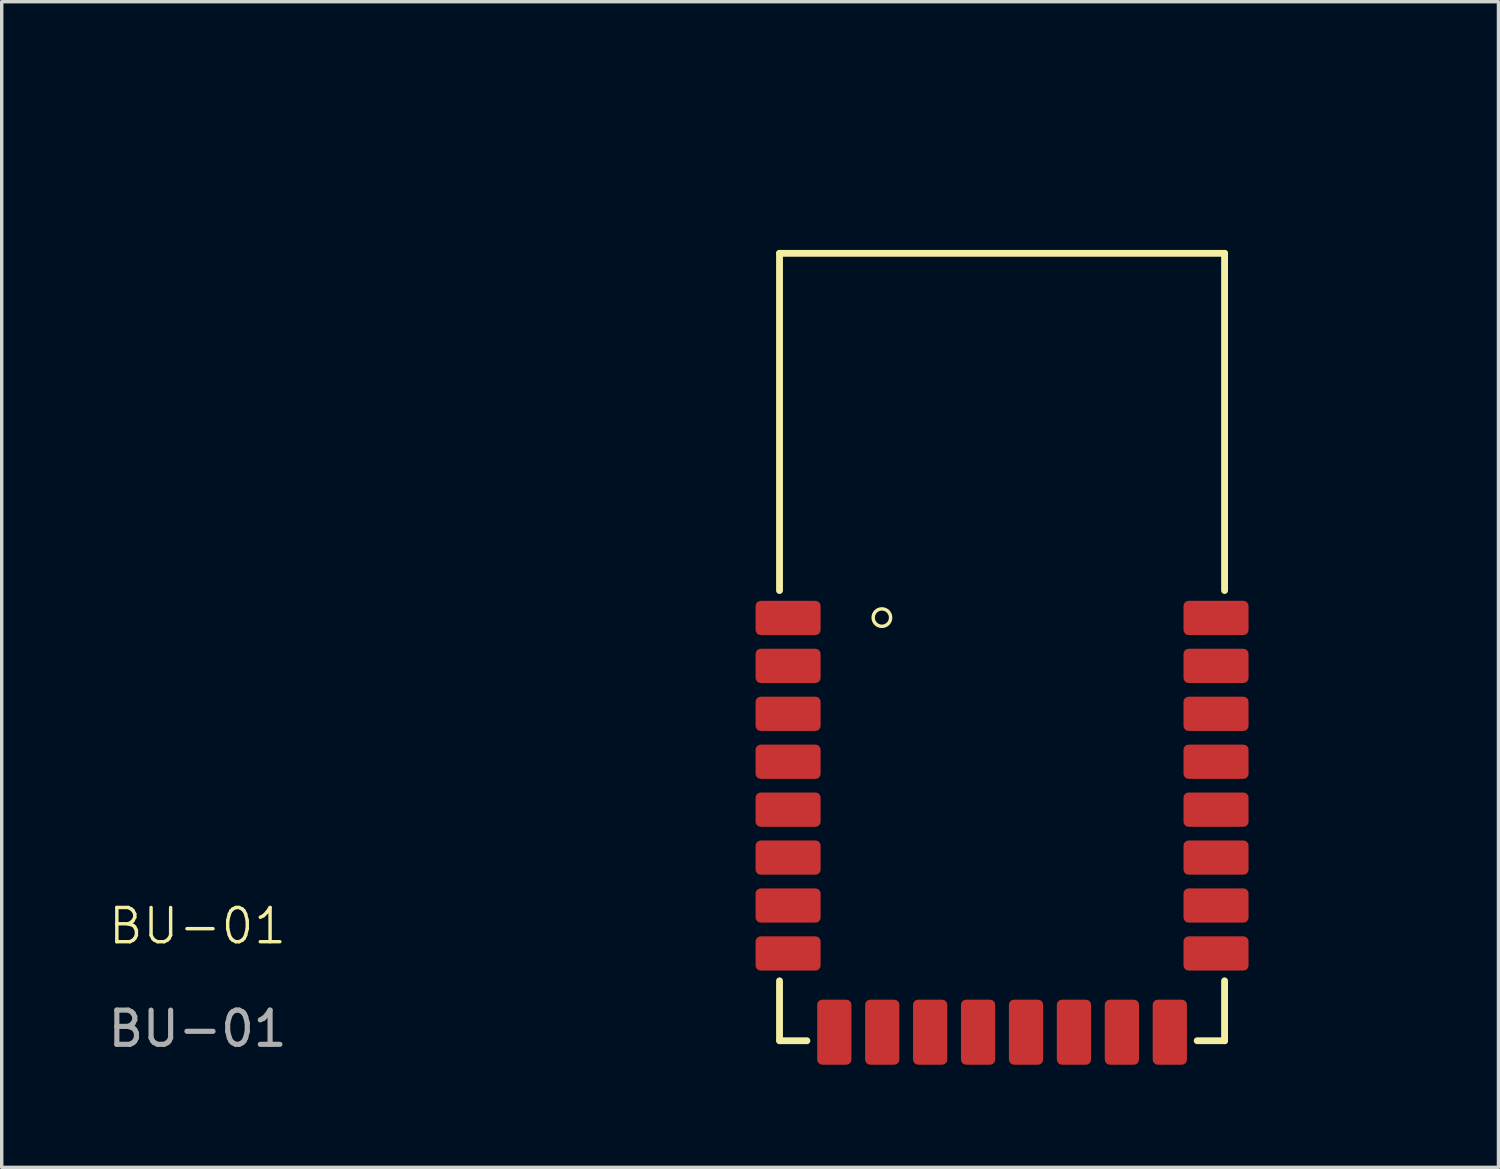
<source format=kicad_pcb>
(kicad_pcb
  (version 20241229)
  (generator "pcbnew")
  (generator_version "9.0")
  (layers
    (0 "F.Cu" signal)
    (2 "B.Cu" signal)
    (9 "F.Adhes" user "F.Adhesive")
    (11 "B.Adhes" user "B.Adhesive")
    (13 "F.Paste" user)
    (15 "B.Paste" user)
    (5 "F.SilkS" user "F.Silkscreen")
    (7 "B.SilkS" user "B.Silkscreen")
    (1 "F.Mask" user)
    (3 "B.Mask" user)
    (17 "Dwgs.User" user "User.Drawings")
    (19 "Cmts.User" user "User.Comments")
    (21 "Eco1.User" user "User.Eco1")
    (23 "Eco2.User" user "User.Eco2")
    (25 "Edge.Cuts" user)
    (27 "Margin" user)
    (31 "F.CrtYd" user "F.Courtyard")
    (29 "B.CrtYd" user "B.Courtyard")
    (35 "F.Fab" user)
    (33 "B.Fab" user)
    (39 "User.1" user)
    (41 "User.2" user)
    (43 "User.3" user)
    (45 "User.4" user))
  (footprint "BU-01"
    (layer "F.Cu")
    (at 19.72 15)
    (property "Reference" "BU-01" (at -17 9 0) (unlocked yes) (layer "F.SilkS") (effects (font (size 1 1) (thickness 0.1))))
    (attr smd)
    (fp_line (start 0 -0.8) (end 0 -10.65) (stroke (width 0.2) (type solid)) (layer "F.SilkS"))
    (fp_line (start 0 10.6) (end 0 12.35) (stroke (width 0.2) (type solid)) (layer "F.SilkS"))
    (fp_line (start 0.8 12.35) (end 0.01 12.35) (stroke (width 0.2) (type solid)) (layer "F.SilkS"))
    (fp_line (start 12.2 12.35) (end 13 12.35) (stroke (width 0.2) (type solid)) (layer "F.SilkS"))
    (fp_line (start 13 -10.65) (end 0 -10.65) (stroke (width 0.2) (type solid)) (layer "F.SilkS"))
    (fp_line (start 13 -0.8) (end 13 -10.65) (stroke (width 0.2) (type solid)) (layer "F.SilkS"))
    (fp_line (start 13 10.6) (end 13 12.35) (stroke (width 0.2) (type solid)) (layer "F.SilkS"))
    (fp_circle (center 2.99 -0.01) (end 3.04 0.24) (stroke (width 0.1) (type default)) (fill no) (layer "F.SilkS"))
    (fp_text user "${REFERENCE}" (at -17 12 0) (unlocked yes) (layer "F.Fab") (effects (font (size 1 1) (thickness 0.15))))
    (pad "1" smd roundrect (at 0 0) (size 1.9 1) (drill (offset 0.25 0)) (layers "F.Cu" "F.Mask" "F.Paste") (roundrect_rratio 0.15))
    (pad "2" smd roundrect (at 0 1.4) (size 1.9 1) (drill (offset 0.25 0)) (layers "F.Cu" "F.Mask" "F.Paste") (roundrect_rratio 0.15))
    (pad "3" smd roundrect (at 0 2.8) (size 1.9 1) (drill (offset 0.25 0)) (layers "F.Cu" "F.Mask" "F.Paste") (roundrect_rratio 0.15))
    (pad "4" smd roundrect (at 0 4.2) (size 1.9 1) (drill (offset 0.25 0)) (layers "F.Cu" "F.Mask" "F.Paste") (roundrect_rratio 0.15))
    (pad "5" smd roundrect (at 0 5.6) (size 1.9 1) (drill (offset 0.25 0)) (layers "F.Cu" "F.Mask" "F.Paste") (roundrect_rratio 0.15))
    (pad "6" smd roundrect (at 0 7) (size 1.9 1) (drill (offset 0.25 0)) (layers "F.Cu" "F.Mask" "F.Paste") (roundrect_rratio 0.15))
    (pad "7" smd roundrect (at 0 8.4) (size 1.9 1) (drill (offset 0.25 0)) (layers "F.Cu" "F.Mask" "F.Paste") (roundrect_rratio 0.15))
    (pad "8" smd roundrect (at 0 9.8) (size 1.9 1) (drill (offset 0.25 0)) (layers "F.Cu" "F.Mask" "F.Paste") (roundrect_rratio 0.15))
    (pad "9" smd roundrect (at 1.6 12.35 90) (size 1.9 1) (drill (offset 0.25 0)) (layers "F.Cu" "F.Mask" "F.Paste") (roundrect_rratio 0.15))
    (pad "10" smd roundrect (at 3 12.35 90) (size 1.9 1) (drill (offset 0.25 0)) (layers "F.Cu" "F.Mask" "F.Paste") (roundrect_rratio 0.15))
    (pad "11" smd roundrect (at 4.4 12.35 90) (size 1.9 1) (drill (offset 0.25 0)) (layers "F.Cu" "F.Mask" "F.Paste") (roundrect_rratio 0.15))
    (pad "12" smd roundrect (at 5.8 12.35 90) (size 1.9 1) (drill (offset 0.25 0)) (layers "F.Cu" "F.Mask" "F.Paste") (roundrect_rratio 0.15))
    (pad "13" smd roundrect (at 7.2 12.35 90) (size 1.9 1) (drill (offset 0.25 0)) (layers "F.Cu" "F.Mask" "F.Paste") (roundrect_rratio 0.15))
    (pad "14" smd roundrect (at 8.6 12.35 90) (size 1.9 1) (drill (offset 0.25 0)) (layers "F.Cu" "F.Mask" "F.Paste") (roundrect_rratio 0.15))
    (pad "15" smd roundrect (at 10 12.35 90) (size 1.9 1) (drill (offset 0.25 0)) (layers "F.Cu" "F.Mask" "F.Paste") (roundrect_rratio 0.15))
    (pad "16" smd roundrect (at 11.4 12.35 90) (size 1.9 1) (drill (offset 0.25 0)) (layers "F.Cu" "F.Mask" "F.Paste") (roundrect_rratio 0.15))
    (pad "17" smd roundrect (at 13 9.8 180) (size 1.9 1) (drill (offset 0.25 0)) (layers "F.Cu" "F.Mask" "F.Paste") (roundrect_rratio 0.15))
    (pad "18" smd roundrect (at 13 8.4 180) (size 1.9 1) (drill (offset 0.25 0)) (layers "F.Cu" "F.Mask" "F.Paste") (roundrect_rratio 0.15))
    (pad "19" smd roundrect (at 13 7 180) (size 1.9 1) (drill (offset 0.25 0)) (layers "F.Cu" "F.Mask" "F.Paste") (roundrect_rratio 0.15))
    (pad "20" smd roundrect (at 13 5.6 180) (size 1.9 1) (drill (offset 0.25 0)) (layers "F.Cu" "F.Mask" "F.Paste") (roundrect_rratio 0.15))
    (pad "21" smd roundrect (at 13 4.2 180) (size 1.9 1) (drill (offset 0.25 0)) (layers "F.Cu" "F.Mask" "F.Paste") (roundrect_rratio 0.15))
    (pad "22" smd roundrect (at 13 2.8 180) (size 1.9 1) (drill (offset 0.25 0)) (layers "F.Cu" "F.Mask" "F.Paste") (roundrect_rratio 0.15))
    (pad "23" smd roundrect (at 13 1.4 180) (size 1.9 1) (drill (offset 0.25 0)) (layers "F.Cu" "F.Mask" "F.Paste") (roundrect_rratio 0.15))
    (pad "24" smd roundrect (at 13 0 180) (size 1.9 1) (drill (offset 0.25 0)) (layers "F.Cu" "F.Mask" "F.Paste") (roundrect_rratio 0.15))
    (zone (net_name "") (layers "F.Cu" "B.Cu" "F.SilkS") (hatch edge 0.5) (connect_pads) (min_thickness 0.25) (filled_areas_thickness no) (keepout (tracks not_allowed) (vias not_allowed) (pads not_allowed) (copperpour not_allowed) (footprints not_allowed)) (placement (enabled no)) (fill) (polygon (pts (xy 24.8 14.2) (xy 14.72 14.2) (xy 14.72 0) (xy 37.72 0) (xy 37.72 10) (xy 37.72 14.2) (xy 32.72 14.2)))))
  (gr_rect
    (start -3 -3)
    (end 40.72 31.05)
    (stroke (width 0.1) (type default))
    (fill no)
    (layer "Edge.Cuts")))
</source>
